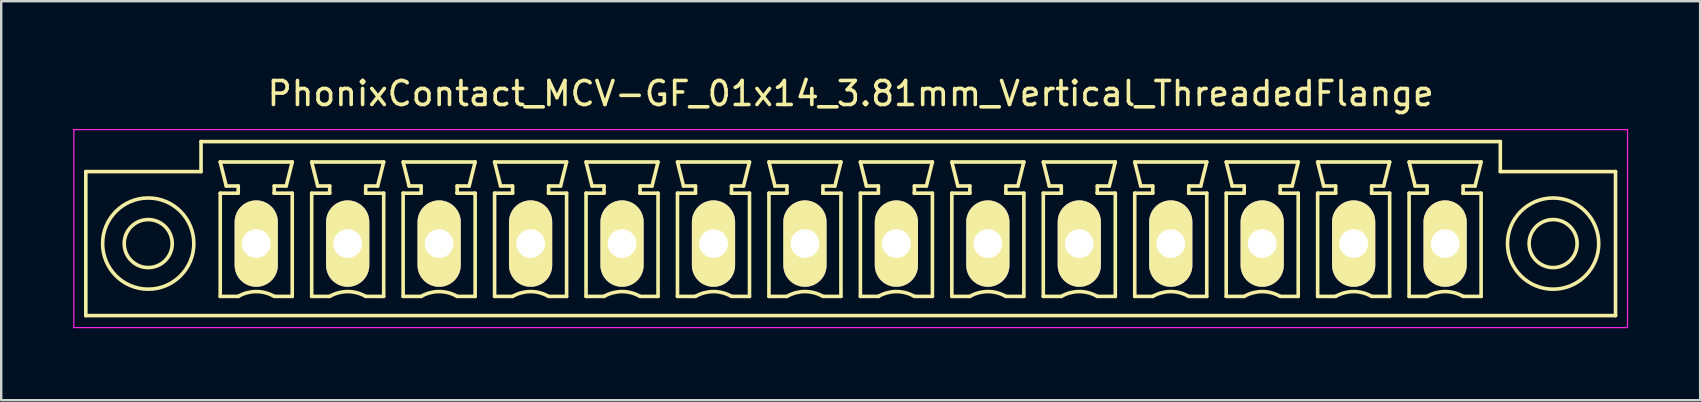
<source format=kicad_pcb>
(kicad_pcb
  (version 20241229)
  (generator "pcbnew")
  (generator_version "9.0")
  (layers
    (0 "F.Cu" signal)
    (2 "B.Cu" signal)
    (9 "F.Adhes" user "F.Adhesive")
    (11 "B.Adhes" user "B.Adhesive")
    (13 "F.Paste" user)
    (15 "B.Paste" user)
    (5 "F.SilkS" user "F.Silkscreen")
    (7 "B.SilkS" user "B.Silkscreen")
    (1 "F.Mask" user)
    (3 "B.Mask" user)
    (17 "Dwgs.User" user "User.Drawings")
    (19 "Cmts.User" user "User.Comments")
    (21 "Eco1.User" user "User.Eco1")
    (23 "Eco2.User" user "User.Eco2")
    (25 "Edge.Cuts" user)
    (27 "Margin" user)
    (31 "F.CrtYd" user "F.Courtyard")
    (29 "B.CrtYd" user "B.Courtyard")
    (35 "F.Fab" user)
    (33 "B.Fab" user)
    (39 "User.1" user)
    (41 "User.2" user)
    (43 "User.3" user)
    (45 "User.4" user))
  (footprint "PhonixContact_MCV-GF_01x14_3.81mm_Vertical_ThreadedFlange"
    (layer "F.Cu")
    (at 7.625 7.098)
    (property "Reference" "PhonixContact_MCV-GF_01x14_3.81mm_Vertical_ThreadedFlange" (at 24.765 -6.25 0) (layer "F.SilkS") (effects (font (size 1 1) (thickness 0.15))))
    (attr through_hole)
    (fp_line (start -7.1 -3) (end -7.1 3) (stroke (width 0.15) (type solid)) (layer "F.SilkS"))
    (fp_line (start -7.1 3) (end 56.63 3) (stroke (width 0.15) (type solid)) (layer "F.SilkS"))
    (fp_line (start -2.3 -4.25) (end -2.3 -3) (stroke (width 0.15) (type solid)) (layer "F.SilkS"))
    (fp_line (start -2.3 -3) (end -7.1 -3) (stroke (width 0.15) (type solid)) (layer "F.SilkS"))
    (fp_line (start -1.5 -3.4) (end 1.5 -3.4) (stroke (width 0.15) (type solid)) (layer "F.SilkS"))
    (fp_line (start -1.5 -2.1) (end -0.75 -2.1) (stroke (width 0.15) (type solid)) (layer "F.SilkS"))
    (fp_line (start -1.5 2.2) (end -1.5 -2.1) (stroke (width 0.15) (type solid)) (layer "F.SilkS"))
    (fp_line (start -1.25 -2.4) (end -1.5 -3.4) (stroke (width 0.15) (type solid)) (layer "F.SilkS"))
    (fp_line (start -0.75 -2.4) (end -1.25 -2.4) (stroke (width 0.15) (type solid)) (layer "F.SilkS"))
    (fp_line (start -0.75 -2.1) (end -0.75 -2.4) (stroke (width 0.15) (type solid)) (layer "F.SilkS"))
    (fp_line (start -0.75 2.2) (end -1.5 2.2) (stroke (width 0.15) (type solid)) (layer "F.SilkS"))
    (fp_line (start 0.75 -2.4) (end 0.75 -2.1) (stroke (width 0.15) (type solid)) (layer "F.SilkS"))
    (fp_line (start 0.75 -2.1) (end 0.75 -2.1) (stroke (width 0.15) (type solid)) (layer "F.SilkS"))
    (fp_line (start 0.75 -2.1) (end 1.5 -2.1) (stroke (width 0.15) (type solid)) (layer "F.SilkS"))
    (fp_line (start 1.25 -2.4) (end 0.75 -2.4) (stroke (width 0.15) (type solid)) (layer "F.SilkS"))
    (fp_line (start 1.5 -3.4) (end 1.25 -2.4) (stroke (width 0.15) (type solid)) (layer "F.SilkS"))
    (fp_line (start 1.5 -2.1) (end 1.5 2.2) (stroke (width 0.15) (type solid)) (layer "F.SilkS"))
    (fp_line (start 1.5 2.2) (end 0.75 2.2) (stroke (width 0.15) (type solid)) (layer "F.SilkS"))
    (fp_line (start 2.31 -3.4) (end 5.31 -3.4) (stroke (width 0.15) (type solid)) (layer "F.SilkS"))
    (fp_line (start 2.31 -2.1) (end 3.06 -2.1) (stroke (width 0.15) (type solid)) (layer "F.SilkS"))
    (fp_line (start 2.31 2.2) (end 2.31 -2.1) (stroke (width 0.15) (type solid)) (layer "F.SilkS"))
    (fp_line (start 2.56 -2.4) (end 2.31 -3.4) (stroke (width 0.15) (type solid)) (layer "F.SilkS"))
    (fp_line (start 3.06 -2.4) (end 2.56 -2.4) (stroke (width 0.15) (type solid)) (layer "F.SilkS"))
    (fp_line (start 3.06 -2.1) (end 3.06 -2.4) (stroke (width 0.15) (type solid)) (layer "F.SilkS"))
    (fp_line (start 3.06 2.2) (end 2.31 2.2) (stroke (width 0.15) (type solid)) (layer "F.SilkS"))
    (fp_line (start 4.56 -2.4) (end 4.56 -2.1) (stroke (width 0.15) (type solid)) (layer "F.SilkS"))
    (fp_line (start 4.56 -2.1) (end 4.56 -2.1) (stroke (width 0.15) (type solid)) (layer "F.SilkS"))
    (fp_line (start 4.56 -2.1) (end 5.31 -2.1) (stroke (width 0.15) (type solid)) (layer "F.SilkS"))
    (fp_line (start 5.06 -2.4) (end 4.56 -2.4) (stroke (width 0.15) (type solid)) (layer "F.SilkS"))
    (fp_line (start 5.31 -3.4) (end 5.06 -2.4) (stroke (width 0.15) (type solid)) (layer "F.SilkS"))
    (fp_line (start 5.31 -2.1) (end 5.31 2.2) (stroke (width 0.15) (type solid)) (layer "F.SilkS"))
    (fp_line (start 5.31 2.2) (end 4.56 2.2) (stroke (width 0.15) (type solid)) (layer "F.SilkS"))
    (fp_line (start 6.12 -3.4) (end 9.12 -3.4) (stroke (width 0.15) (type solid)) (layer "F.SilkS"))
    (fp_line (start 6.12 -2.1) (end 6.87 -2.1) (stroke (width 0.15) (type solid)) (layer "F.SilkS"))
    (fp_line (start 6.12 2.2) (end 6.12 -2.1) (stroke (width 0.15) (type solid)) (layer "F.SilkS"))
    (fp_line (start 6.37 -2.4) (end 6.12 -3.4) (stroke (width 0.15) (type solid)) (layer "F.SilkS"))
    (fp_line (start 6.87 -2.4) (end 6.37 -2.4) (stroke (width 0.15) (type solid)) (layer "F.SilkS"))
    (fp_line (start 6.87 -2.1) (end 6.87 -2.4) (stroke (width 0.15) (type solid)) (layer "F.SilkS"))
    (fp_line (start 6.87 2.2) (end 6.12 2.2) (stroke (width 0.15) (type solid)) (layer "F.SilkS"))
    (fp_line (start 8.37 -2.4) (end 8.37 -2.1) (stroke (width 0.15) (type solid)) (layer "F.SilkS"))
    (fp_line (start 8.37 -2.1) (end 8.37 -2.1) (stroke (width 0.15) (type solid)) (layer "F.SilkS"))
    (fp_line (start 8.37 -2.1) (end 9.12 -2.1) (stroke (width 0.15) (type solid)) (layer "F.SilkS"))
    (fp_line (start 8.87 -2.4) (end 8.37 -2.4) (stroke (width 0.15) (type solid)) (layer "F.SilkS"))
    (fp_line (start 9.12 -3.4) (end 8.87 -2.4) (stroke (width 0.15) (type solid)) (layer "F.SilkS"))
    (fp_line (start 9.12 -2.1) (end 9.12 2.2) (stroke (width 0.15) (type solid)) (layer "F.SilkS"))
    (fp_line (start 9.12 2.2) (end 8.37 2.2) (stroke (width 0.15) (type solid)) (layer "F.SilkS"))
    (fp_line (start 9.93 -3.4) (end 12.93 -3.4) (stroke (width 0.15) (type solid)) (layer "F.SilkS"))
    (fp_line (start 9.93 -2.1) (end 10.68 -2.1) (stroke (width 0.15) (type solid)) (layer "F.SilkS"))
    (fp_line (start 9.93 2.2) (end 9.93 -2.1) (stroke (width 0.15) (type solid)) (layer "F.SilkS"))
    (fp_line (start 10.18 -2.4) (end 9.93 -3.4) (stroke (width 0.15) (type solid)) (layer "F.SilkS"))
    (fp_line (start 10.68 -2.4) (end 10.18 -2.4) (stroke (width 0.15) (type solid)) (layer "F.SilkS"))
    (fp_line (start 10.68 -2.1) (end 10.68 -2.4) (stroke (width 0.15) (type solid)) (layer "F.SilkS"))
    (fp_line (start 10.68 2.2) (end 9.93 2.2) (stroke (width 0.15) (type solid)) (layer "F.SilkS"))
    (fp_line (start 12.18 -2.4) (end 12.18 -2.1) (stroke (width 0.15) (type solid)) (layer "F.SilkS"))
    (fp_line (start 12.18 -2.1) (end 12.18 -2.1) (stroke (width 0.15) (type solid)) (layer "F.SilkS"))
    (fp_line (start 12.18 -2.1) (end 12.93 -2.1) (stroke (width 0.15) (type solid)) (layer "F.SilkS"))
    (fp_line (start 12.68 -2.4) (end 12.18 -2.4) (stroke (width 0.15) (type solid)) (layer "F.SilkS"))
    (fp_line (start 12.93 -3.4) (end 12.68 -2.4) (stroke (width 0.15) (type solid)) (layer "F.SilkS"))
    (fp_line (start 12.93 -2.1) (end 12.93 2.2) (stroke (width 0.15) (type solid)) (layer "F.SilkS"))
    (fp_line (start 12.93 2.2) (end 12.18 2.2) (stroke (width 0.15) (type solid)) (layer "F.SilkS"))
    (fp_line (start 13.74 -3.4) (end 16.74 -3.4) (stroke (width 0.15) (type solid)) (layer "F.SilkS"))
    (fp_line (start 13.74 -2.1) (end 14.49 -2.1) (stroke (width 0.15) (type solid)) (layer "F.SilkS"))
    (fp_line (start 13.74 2.2) (end 13.74 -2.1) (stroke (width 0.15) (type solid)) (layer "F.SilkS"))
    (fp_line (start 13.99 -2.4) (end 13.74 -3.4) (stroke (width 0.15) (type solid)) (layer "F.SilkS"))
    (fp_line (start 14.49 -2.4) (end 13.99 -2.4) (stroke (width 0.15) (type solid)) (layer "F.SilkS"))
    (fp_line (start 14.49 -2.1) (end 14.49 -2.4) (stroke (width 0.15) (type solid)) (layer "F.SilkS"))
    (fp_line (start 14.49 2.2) (end 13.74 2.2) (stroke (width 0.15) (type solid)) (layer "F.SilkS"))
    (fp_line (start 15.99 -2.4) (end 15.99 -2.1) (stroke (width 0.15) (type solid)) (layer "F.SilkS"))
    (fp_line (start 15.99 -2.1) (end 15.99 -2.1) (stroke (width 0.15) (type solid)) (layer "F.SilkS"))
    (fp_line (start 15.99 -2.1) (end 16.74 -2.1) (stroke (width 0.15) (type solid)) (layer "F.SilkS"))
    (fp_line (start 16.49 -2.4) (end 15.99 -2.4) (stroke (width 0.15) (type solid)) (layer "F.SilkS"))
    (fp_line (start 16.74 -3.4) (end 16.49 -2.4) (stroke (width 0.15) (type solid)) (layer "F.SilkS"))
    (fp_line (start 16.74 -2.1) (end 16.74 2.2) (stroke (width 0.15) (type solid)) (layer "F.SilkS"))
    (fp_line (start 16.74 2.2) (end 15.99 2.2) (stroke (width 0.15) (type solid)) (layer "F.SilkS"))
    (fp_line (start 17.55 -3.4) (end 20.55 -3.4) (stroke (width 0.15) (type solid)) (layer "F.SilkS"))
    (fp_line (start 17.55 -2.1) (end 18.3 -2.1) (stroke (width 0.15) (type solid)) (layer "F.SilkS"))
    (fp_line (start 17.55 2.2) (end 17.55 -2.1) (stroke (width 0.15) (type solid)) (layer "F.SilkS"))
    (fp_line (start 17.8 -2.4) (end 17.55 -3.4) (stroke (width 0.15) (type solid)) (layer "F.SilkS"))
    (fp_line (start 18.3 -2.4) (end 17.8 -2.4) (stroke (width 0.15) (type solid)) (layer "F.SilkS"))
    (fp_line (start 18.3 -2.1) (end 18.3 -2.4) (stroke (width 0.15) (type solid)) (layer "F.SilkS"))
    (fp_line (start 18.3 2.2) (end 17.55 2.2) (stroke (width 0.15) (type solid)) (layer "F.SilkS"))
    (fp_line (start 19.8 -2.4) (end 19.8 -2.1) (stroke (width 0.15) (type solid)) (layer "F.SilkS"))
    (fp_line (start 19.8 -2.1) (end 19.8 -2.1) (stroke (width 0.15) (type solid)) (layer "F.SilkS"))
    (fp_line (start 19.8 -2.1) (end 20.55 -2.1) (stroke (width 0.15) (type solid)) (layer "F.SilkS"))
    (fp_line (start 20.3 -2.4) (end 19.8 -2.4) (stroke (width 0.15) (type solid)) (layer "F.SilkS"))
    (fp_line (start 20.55 -3.4) (end 20.3 -2.4) (stroke (width 0.15) (type solid)) (layer "F.SilkS"))
    (fp_line (start 20.55 -2.1) (end 20.55 2.2) (stroke (width 0.15) (type solid)) (layer "F.SilkS"))
    (fp_line (start 20.55 2.2) (end 19.8 2.2) (stroke (width 0.15) (type solid)) (layer "F.SilkS"))
    (fp_line (start 21.36 -3.4) (end 24.36 -3.4) (stroke (width 0.15) (type solid)) (layer "F.SilkS"))
    (fp_line (start 21.36 -2.1) (end 22.11 -2.1) (stroke (width 0.15) (type solid)) (layer "F.SilkS"))
    (fp_line (start 21.36 2.2) (end 21.36 -2.1) (stroke (width 0.15) (type solid)) (layer "F.SilkS"))
    (fp_line (start 21.61 -2.4) (end 21.36 -3.4) (stroke (width 0.15) (type solid)) (layer "F.SilkS"))
    (fp_line (start 22.11 -2.4) (end 21.61 -2.4) (stroke (width 0.15) (type solid)) (layer "F.SilkS"))
    (fp_line (start 22.11 -2.1) (end 22.11 -2.4) (stroke (width 0.15) (type solid)) (layer "F.SilkS"))
    (fp_line (start 22.11 2.2) (end 21.36 2.2) (stroke (width 0.15) (type solid)) (layer "F.SilkS"))
    (fp_line (start 23.61 -2.4) (end 23.61 -2.1) (stroke (width 0.15) (type solid)) (layer "F.SilkS"))
    (fp_line (start 23.61 -2.1) (end 23.61 -2.1) (stroke (width 0.15) (type solid)) (layer "F.SilkS"))
    (fp_line (start 23.61 -2.1) (end 24.36 -2.1) (stroke (width 0.15) (type solid)) (layer "F.SilkS"))
    (fp_line (start 24.11 -2.4) (end 23.61 -2.4) (stroke (width 0.15) (type solid)) (layer "F.SilkS"))
    (fp_line (start 24.36 -3.4) (end 24.11 -2.4) (stroke (width 0.15) (type solid)) (layer "F.SilkS"))
    (fp_line (start 24.36 -2.1) (end 24.36 2.2) (stroke (width 0.15) (type solid)) (layer "F.SilkS"))
    (fp_line (start 24.36 2.2) (end 23.61 2.2) (stroke (width 0.15) (type solid)) (layer "F.SilkS"))
    (fp_line (start 25.17 -3.4) (end 28.17 -3.4) (stroke (width 0.15) (type solid)) (layer "F.SilkS"))
    (fp_line (start 25.17 -2.1) (end 25.92 -2.1) (stroke (width 0.15) (type solid)) (layer "F.SilkS"))
    (fp_line (start 25.17 2.2) (end 25.17 -2.1) (stroke (width 0.15) (type solid)) (layer "F.SilkS"))
    (fp_line (start 25.42 -2.4) (end 25.17 -3.4) (stroke (width 0.15) (type solid)) (layer "F.SilkS"))
    (fp_line (start 25.92 -2.4) (end 25.42 -2.4) (stroke (width 0.15) (type solid)) (layer "F.SilkS"))
    (fp_line (start 25.92 -2.1) (end 25.92 -2.4) (stroke (width 0.15) (type solid)) (layer "F.SilkS"))
    (fp_line (start 25.92 2.2) (end 25.17 2.2) (stroke (width 0.15) (type solid)) (layer "F.SilkS"))
    (fp_line (start 27.42 -2.4) (end 27.42 -2.1) (stroke (width 0.15) (type solid)) (layer "F.SilkS"))
    (fp_line (start 27.42 -2.1) (end 27.42 -2.1) (stroke (width 0.15) (type solid)) (layer "F.SilkS"))
    (fp_line (start 27.42 -2.1) (end 28.17 -2.1) (stroke (width 0.15) (type solid)) (layer "F.SilkS"))
    (fp_line (start 27.92 -2.4) (end 27.42 -2.4) (stroke (width 0.15) (type solid)) (layer "F.SilkS"))
    (fp_line (start 28.17 -3.4) (end 27.92 -2.4) (stroke (width 0.15) (type solid)) (layer "F.SilkS"))
    (fp_line (start 28.17 -2.1) (end 28.17 2.2) (stroke (width 0.15) (type solid)) (layer "F.SilkS"))
    (fp_line (start 28.17 2.2) (end 27.42 2.2) (stroke (width 0.15) (type solid)) (layer "F.SilkS"))
    (fp_line (start 28.98 -3.4) (end 31.98 -3.4) (stroke (width 0.15) (type solid)) (layer "F.SilkS"))
    (fp_line (start 28.98 -2.1) (end 29.73 -2.1) (stroke (width 0.15) (type solid)) (layer "F.SilkS"))
    (fp_line (start 28.98 2.2) (end 28.98 -2.1) (stroke (width 0.15) (type solid)) (layer "F.SilkS"))
    (fp_line (start 29.23 -2.4) (end 28.98 -3.4) (stroke (width 0.15) (type solid)) (layer "F.SilkS"))
    (fp_line (start 29.73 -2.4) (end 29.23 -2.4) (stroke (width 0.15) (type solid)) (layer "F.SilkS"))
    (fp_line (start 29.73 -2.1) (end 29.73 -2.4) (stroke (width 0.15) (type solid)) (layer "F.SilkS"))
    (fp_line (start 29.73 2.2) (end 28.98 2.2) (stroke (width 0.15) (type solid)) (layer "F.SilkS"))
    (fp_line (start 31.23 -2.4) (end 31.23 -2.1) (stroke (width 0.15) (type solid)) (layer "F.SilkS"))
    (fp_line (start 31.23 -2.1) (end 31.23 -2.1) (stroke (width 0.15) (type solid)) (layer "F.SilkS"))
    (fp_line (start 31.23 -2.1) (end 31.98 -2.1) (stroke (width 0.15) (type solid)) (layer "F.SilkS"))
    (fp_line (start 31.73 -2.4) (end 31.23 -2.4) (stroke (width 0.15) (type solid)) (layer "F.SilkS"))
    (fp_line (start 31.98 -3.4) (end 31.73 -2.4) (stroke (width 0.15) (type solid)) (layer "F.SilkS"))
    (fp_line (start 31.98 -2.1) (end 31.98 2.2) (stroke (width 0.15) (type solid)) (layer "F.SilkS"))
    (fp_line (start 31.98 2.2) (end 31.23 2.2) (stroke (width 0.15) (type solid)) (layer "F.SilkS"))
    (fp_line (start 32.79 -3.4) (end 35.79 -3.4) (stroke (width 0.15) (type solid)) (layer "F.SilkS"))
    (fp_line (start 32.79 -2.1) (end 33.54 -2.1) (stroke (width 0.15) (type solid)) (layer "F.SilkS"))
    (fp_line (start 32.79 2.2) (end 32.79 -2.1) (stroke (width 0.15) (type solid)) (layer "F.SilkS"))
    (fp_line (start 33.04 -2.4) (end 32.79 -3.4) (stroke (width 0.15) (type solid)) (layer "F.SilkS"))
    (fp_line (start 33.54 -2.4) (end 33.04 -2.4) (stroke (width 0.15) (type solid)) (layer "F.SilkS"))
    (fp_line (start 33.54 -2.1) (end 33.54 -2.4) (stroke (width 0.15) (type solid)) (layer "F.SilkS"))
    (fp_line (start 33.54 2.2) (end 32.79 2.2) (stroke (width 0.15) (type solid)) (layer "F.SilkS"))
    (fp_line (start 35.04 -2.4) (end 35.04 -2.1) (stroke (width 0.15) (type solid)) (layer "F.SilkS"))
    (fp_line (start 35.04 -2.1) (end 35.04 -2.1) (stroke (width 0.15) (type solid)) (layer "F.SilkS"))
    (fp_line (start 35.04 -2.1) (end 35.79 -2.1) (stroke (width 0.15) (type solid)) (layer "F.SilkS"))
    (fp_line (start 35.54 -2.4) (end 35.04 -2.4) (stroke (width 0.15) (type solid)) (layer "F.SilkS"))
    (fp_line (start 35.79 -3.4) (end 35.54 -2.4) (stroke (width 0.15) (type solid)) (layer "F.SilkS"))
    (fp_line (start 35.79 -2.1) (end 35.79 2.2) (stroke (width 0.15) (type solid)) (layer "F.SilkS"))
    (fp_line (start 35.79 2.2) (end 35.04 2.2) (stroke (width 0.15) (type solid)) (layer "F.SilkS"))
    (fp_line (start 36.6 -3.4) (end 39.6 -3.4) (stroke (width 0.15) (type solid)) (layer "F.SilkS"))
    (fp_line (start 36.6 -2.1) (end 37.35 -2.1) (stroke (width 0.15) (type solid)) (layer "F.SilkS"))
    (fp_line (start 36.6 2.2) (end 36.6 -2.1) (stroke (width 0.15) (type solid)) (layer "F.SilkS"))
    (fp_line (start 36.85 -2.4) (end 36.6 -3.4) (stroke (width 0.15) (type solid)) (layer "F.SilkS"))
    (fp_line (start 37.35 -2.4) (end 36.85 -2.4) (stroke (width 0.15) (type solid)) (layer "F.SilkS"))
    (fp_line (start 37.35 -2.1) (end 37.35 -2.4) (stroke (width 0.15) (type solid)) (layer "F.SilkS"))
    (fp_line (start 37.35 2.2) (end 36.6 2.2) (stroke (width 0.15) (type solid)) (layer "F.SilkS"))
    (fp_line (start 38.85 -2.4) (end 38.85 -2.1) (stroke (width 0.15) (type solid)) (layer "F.SilkS"))
    (fp_line (start 38.85 -2.1) (end 38.85 -2.1) (stroke (width 0.15) (type solid)) (layer "F.SilkS"))
    (fp_line (start 38.85 -2.1) (end 39.6 -2.1) (stroke (width 0.15) (type solid)) (layer "F.SilkS"))
    (fp_line (start 39.35 -2.4) (end 38.85 -2.4) (stroke (width 0.15) (type solid)) (layer "F.SilkS"))
    (fp_line (start 39.6 -3.4) (end 39.35 -2.4) (stroke (width 0.15) (type solid)) (layer "F.SilkS"))
    (fp_line (start 39.6 -2.1) (end 39.6 2.2) (stroke (width 0.15) (type solid)) (layer "F.SilkS"))
    (fp_line (start 39.6 2.2) (end 38.85 2.2) (stroke (width 0.15) (type solid)) (layer "F.SilkS"))
    (fp_line (start 40.41 -3.4) (end 43.41 -3.4) (stroke (width 0.15) (type solid)) (layer "F.SilkS"))
    (fp_line (start 40.41 -2.1) (end 41.16 -2.1) (stroke (width 0.15) (type solid)) (layer "F.SilkS"))
    (fp_line (start 40.41 2.2) (end 40.41 -2.1) (stroke (width 0.15) (type solid)) (layer "F.SilkS"))
    (fp_line (start 40.66 -2.4) (end 40.41 -3.4) (stroke (width 0.15) (type solid)) (layer "F.SilkS"))
    (fp_line (start 41.16 -2.4) (end 40.66 -2.4) (stroke (width 0.15) (type solid)) (layer "F.SilkS"))
    (fp_line (start 41.16 -2.1) (end 41.16 -2.4) (stroke (width 0.15) (type solid)) (layer "F.SilkS"))
    (fp_line (start 41.16 2.2) (end 40.41 2.2) (stroke (width 0.15) (type solid)) (layer "F.SilkS"))
    (fp_line (start 42.66 -2.4) (end 42.66 -2.1) (stroke (width 0.15) (type solid)) (layer "F.SilkS"))
    (fp_line (start 42.66 -2.1) (end 42.66 -2.1) (stroke (width 0.15) (type solid)) (layer "F.SilkS"))
    (fp_line (start 42.66 -2.1) (end 43.41 -2.1) (stroke (width 0.15) (type solid)) (layer "F.SilkS"))
    (fp_line (start 43.16 -2.4) (end 42.66 -2.4) (stroke (width 0.15) (type solid)) (layer "F.SilkS"))
    (fp_line (start 43.41 -3.4) (end 43.16 -2.4) (stroke (width 0.15) (type solid)) (layer "F.SilkS"))
    (fp_line (start 43.41 -2.1) (end 43.41 2.2) (stroke (width 0.15) (type solid)) (layer "F.SilkS"))
    (fp_line (start 43.41 2.2) (end 42.66 2.2) (stroke (width 0.15) (type solid)) (layer "F.SilkS"))
    (fp_line (start 44.22 -3.4) (end 47.22 -3.4) (stroke (width 0.15) (type solid)) (layer "F.SilkS"))
    (fp_line (start 44.22 -2.1) (end 44.97 -2.1) (stroke (width 0.15) (type solid)) (layer "F.SilkS"))
    (fp_line (start 44.22 2.2) (end 44.22 -2.1) (stroke (width 0.15) (type solid)) (layer "F.SilkS"))
    (fp_line (start 44.47 -2.4) (end 44.22 -3.4) (stroke (width 0.15) (type solid)) (layer "F.SilkS"))
    (fp_line (start 44.97 -2.4) (end 44.47 -2.4) (stroke (width 0.15) (type solid)) (layer "F.SilkS"))
    (fp_line (start 44.97 -2.1) (end 44.97 -2.4) (stroke (width 0.15) (type solid)) (layer "F.SilkS"))
    (fp_line (start 44.97 2.2) (end 44.22 2.2) (stroke (width 0.15) (type solid)) (layer "F.SilkS"))
    (fp_line (start 46.47 -2.4) (end 46.47 -2.1) (stroke (width 0.15) (type solid)) (layer "F.SilkS"))
    (fp_line (start 46.47 -2.1) (end 46.47 -2.1) (stroke (width 0.15) (type solid)) (layer "F.SilkS"))
    (fp_line (start 46.47 -2.1) (end 47.22 -2.1) (stroke (width 0.15) (type solid)) (layer "F.SilkS"))
    (fp_line (start 46.97 -2.4) (end 46.47 -2.4) (stroke (width 0.15) (type solid)) (layer "F.SilkS"))
    (fp_line (start 47.22 -3.4) (end 46.97 -2.4) (stroke (width 0.15) (type solid)) (layer "F.SilkS"))
    (fp_line (start 47.22 -2.1) (end 47.22 2.2) (stroke (width 0.15) (type solid)) (layer "F.SilkS"))
    (fp_line (start 47.22 2.2) (end 46.47 2.2) (stroke (width 0.15) (type solid)) (layer "F.SilkS"))
    (fp_line (start 48.03 -3.4) (end 51.03 -3.4) (stroke (width 0.15) (type solid)) (layer "F.SilkS"))
    (fp_line (start 48.03 -2.1) (end 48.78 -2.1) (stroke (width 0.15) (type solid)) (layer "F.SilkS"))
    (fp_line (start 48.03 2.2) (end 48.03 -2.1) (stroke (width 0.15) (type solid)) (layer "F.SilkS"))
    (fp_line (start 48.28 -2.4) (end 48.03 -3.4) (stroke (width 0.15) (type solid)) (layer "F.SilkS"))
    (fp_line (start 48.78 -2.4) (end 48.28 -2.4) (stroke (width 0.15) (type solid)) (layer "F.SilkS"))
    (fp_line (start 48.78 -2.1) (end 48.78 -2.4) (stroke (width 0.15) (type solid)) (layer "F.SilkS"))
    (fp_line (start 48.78 2.2) (end 48.03 2.2) (stroke (width 0.15) (type solid)) (layer "F.SilkS"))
    (fp_line (start 50.28 -2.4) (end 50.28 -2.1) (stroke (width 0.15) (type solid)) (layer "F.SilkS"))
    (fp_line (start 50.28 -2.1) (end 50.28 -2.1) (stroke (width 0.15) (type solid)) (layer "F.SilkS"))
    (fp_line (start 50.28 -2.1) (end 51.03 -2.1) (stroke (width 0.15) (type solid)) (layer "F.SilkS"))
    (fp_line (start 50.78 -2.4) (end 50.28 -2.4) (stroke (width 0.15) (type solid)) (layer "F.SilkS"))
    (fp_line (start 51.03 -3.4) (end 50.78 -2.4) (stroke (width 0.15) (type solid)) (layer "F.SilkS"))
    (fp_line (start 51.03 -2.1) (end 51.03 2.2) (stroke (width 0.15) (type solid)) (layer "F.SilkS"))
    (fp_line (start 51.03 2.2) (end 50.28 2.2) (stroke (width 0.15) (type solid)) (layer "F.SilkS"))
    (fp_line (start 51.83 -4.25) (end -2.3 -4.25) (stroke (width 0.15) (type solid)) (layer "F.SilkS"))
    (fp_line (start 51.83 -3) (end 51.83 -4.25) (stroke (width 0.15) (type solid)) (layer "F.SilkS"))
    (fp_line (start 56.63 -3) (end 51.83 -3) (stroke (width 0.15) (type solid)) (layer "F.SilkS"))
    (fp_line (start 56.63 3) (end 56.63 -3) (stroke (width 0.15) (type solid)) (layer "F.SilkS"))
    (fp_arc (start -0.75 2.2) (mid -0.006068 1.999179) (end 0.739464 2.193978) (stroke (width 0.15) (type solid)) (layer "F.SilkS"))
    (fp_arc (start 3.06 2.2) (mid 3.803932 1.999179) (end 4.549464 2.193978) (stroke (width 0.15) (type solid)) (layer "F.SilkS"))
    (fp_arc (start 6.87 2.2) (mid 7.613932 1.999179) (end 8.359464 2.193978) (stroke (width 0.15) (type solid)) (layer "F.SilkS"))
    (fp_arc (start 10.68 2.2) (mid 11.423932 1.999179) (end 12.169464 2.193978) (stroke (width 0.15) (type solid)) (layer "F.SilkS"))
    (fp_arc (start 14.49 2.2) (mid 15.233932 1.999179) (end 15.979464 2.193978) (stroke (width 0.15) (type solid)) (layer "F.SilkS"))
    (fp_arc (start 18.3 2.2) (mid 19.043932 1.999179) (end 19.789464 2.193978) (stroke (width 0.15) (type solid)) (layer "F.SilkS"))
    (fp_arc (start 22.11 2.2) (mid 22.853932 1.999179) (end 23.599464 2.193978) (stroke (width 0.15) (type solid)) (layer "F.SilkS"))
    (fp_arc (start 25.92 2.2) (mid 26.663932 1.999179) (end 27.409464 2.193978) (stroke (width 0.15) (type solid)) (layer "F.SilkS"))
    (fp_arc (start 29.73 2.2) (mid 30.473932 1.999179) (end 31.219464 2.193978) (stroke (width 0.15) (type solid)) (layer "F.SilkS"))
    (fp_arc (start 33.54 2.2) (mid 34.283932 1.999179) (end 35.029464 2.193978) (stroke (width 0.15) (type solid)) (layer "F.SilkS"))
    (fp_arc (start 37.35 2.2) (mid 38.093932 1.999179) (end 38.839464 2.193978) (stroke (width 0.15) (type solid)) (layer "F.SilkS"))
    (fp_arc (start 41.16 2.2) (mid 41.903932 1.999179) (end 42.649464 2.193978) (stroke (width 0.15) (type solid)) (layer "F.SilkS"))
    (fp_arc (start 44.97 2.2) (mid 45.713932 1.999179) (end 46.459464 2.193978) (stroke (width 0.15) (type solid)) (layer "F.SilkS"))
    (fp_arc (start 48.78 2.2) (mid 49.523932 1.999179) (end 50.269464 2.193978) (stroke (width 0.15) (type solid)) (layer "F.SilkS"))
    (fp_circle (center -4.5 0) (end -3.5 0) (stroke (width 0.15) (type solid)) (fill no) (layer "F.SilkS"))
    (fp_circle (center -4.5 0) (end -2.6 0) (stroke (width 0.15) (type solid)) (fill no) (layer "F.SilkS"))
    (fp_circle (center 54.03 0) (end 55.03 0) (stroke (width 0.15) (type solid)) (fill no) (layer "F.SilkS"))
    (fp_circle (center 54.03 0) (end 55.93 0) (stroke (width 0.15) (type solid)) (fill no) (layer "F.SilkS"))
    (fp_line (start -7.6 -4.75) (end -7.6 3.5) (stroke (width 0.05) (type solid)) (layer "F.CrtYd"))
    (fp_line (start -7.6 3.5) (end 57.13 3.5) (stroke (width 0.05) (type solid)) (layer "F.CrtYd"))
    (fp_line (start 57.13 -4.75) (end -7.6 -4.75) (stroke (width 0.05) (type solid)) (layer "F.CrtYd"))
    (fp_line (start 57.13 3.5) (end 57.13 -4.75) (stroke (width 0.05) (type solid)) (layer "F.CrtYd"))
    (pad "1" thru_hole oval (at 0 0) (size 1.8 3.6) (drill 1.2) (layers "*.Cu" "*.Mask" "F.SilkS"))
    (pad "2" thru_hole oval (at 3.81 0) (size 1.8 3.6) (drill 1.2) (layers "*.Cu" "*.Mask" "F.SilkS"))
    (pad "3" thru_hole oval (at 7.62 0) (size 1.8 3.6) (drill 1.2) (layers "*.Cu" "*.Mask" "F.SilkS"))
    (pad "4" thru_hole oval (at 11.43 0) (size 1.8 3.6) (drill 1.2) (layers "*.Cu" "*.Mask" "F.SilkS"))
    (pad "5" thru_hole oval (at 15.24 0) (size 1.8 3.6) (drill 1.2) (layers "*.Cu" "*.Mask" "F.SilkS"))
    (pad "6" thru_hole oval (at 19.05 0) (size 1.8 3.6) (drill 1.2) (layers "*.Cu" "*.Mask" "F.SilkS"))
    (pad "7" thru_hole oval (at 22.86 0) (size 1.8 3.6) (drill 1.2) (layers "*.Cu" "*.Mask" "F.SilkS"))
    (pad "8" thru_hole oval (at 26.67 0) (size 1.8 3.6) (drill 1.2) (layers "*.Cu" "*.Mask" "F.SilkS"))
    (pad "9" thru_hole oval (at 30.48 0) (size 1.8 3.6) (drill 1.2) (layers "*.Cu" "*.Mask" "F.SilkS"))
    (pad "10" thru_hole oval (at 34.29 0) (size 1.8 3.6) (drill 1.2) (layers "*.Cu" "*.Mask" "F.SilkS"))
    (pad "11" thru_hole oval (at 38.1 0) (size 1.8 3.6) (drill 1.2) (layers "*.Cu" "*.Mask" "F.SilkS"))
    (pad "12" thru_hole oval (at 41.91 0) (size 1.8 3.6) (drill 1.2) (layers "*.Cu" "*.Mask" "F.SilkS"))
    (pad "13" thru_hole oval (at 45.72 0) (size 1.8 3.6) (drill 1.2) (layers "*.Cu" "*.Mask" "F.SilkS"))
    (pad "14" thru_hole oval (at 49.53 0) (size 1.8 3.6) (drill 1.2) (layers "*.Cu" "*.Mask" "F.SilkS")))
  (gr_rect
    (start -3 -3)
    (end 67.78 13.623)
    (stroke (width 0.1) (type default))
    (fill no)
    (layer "Edge.Cuts")))
</source>
